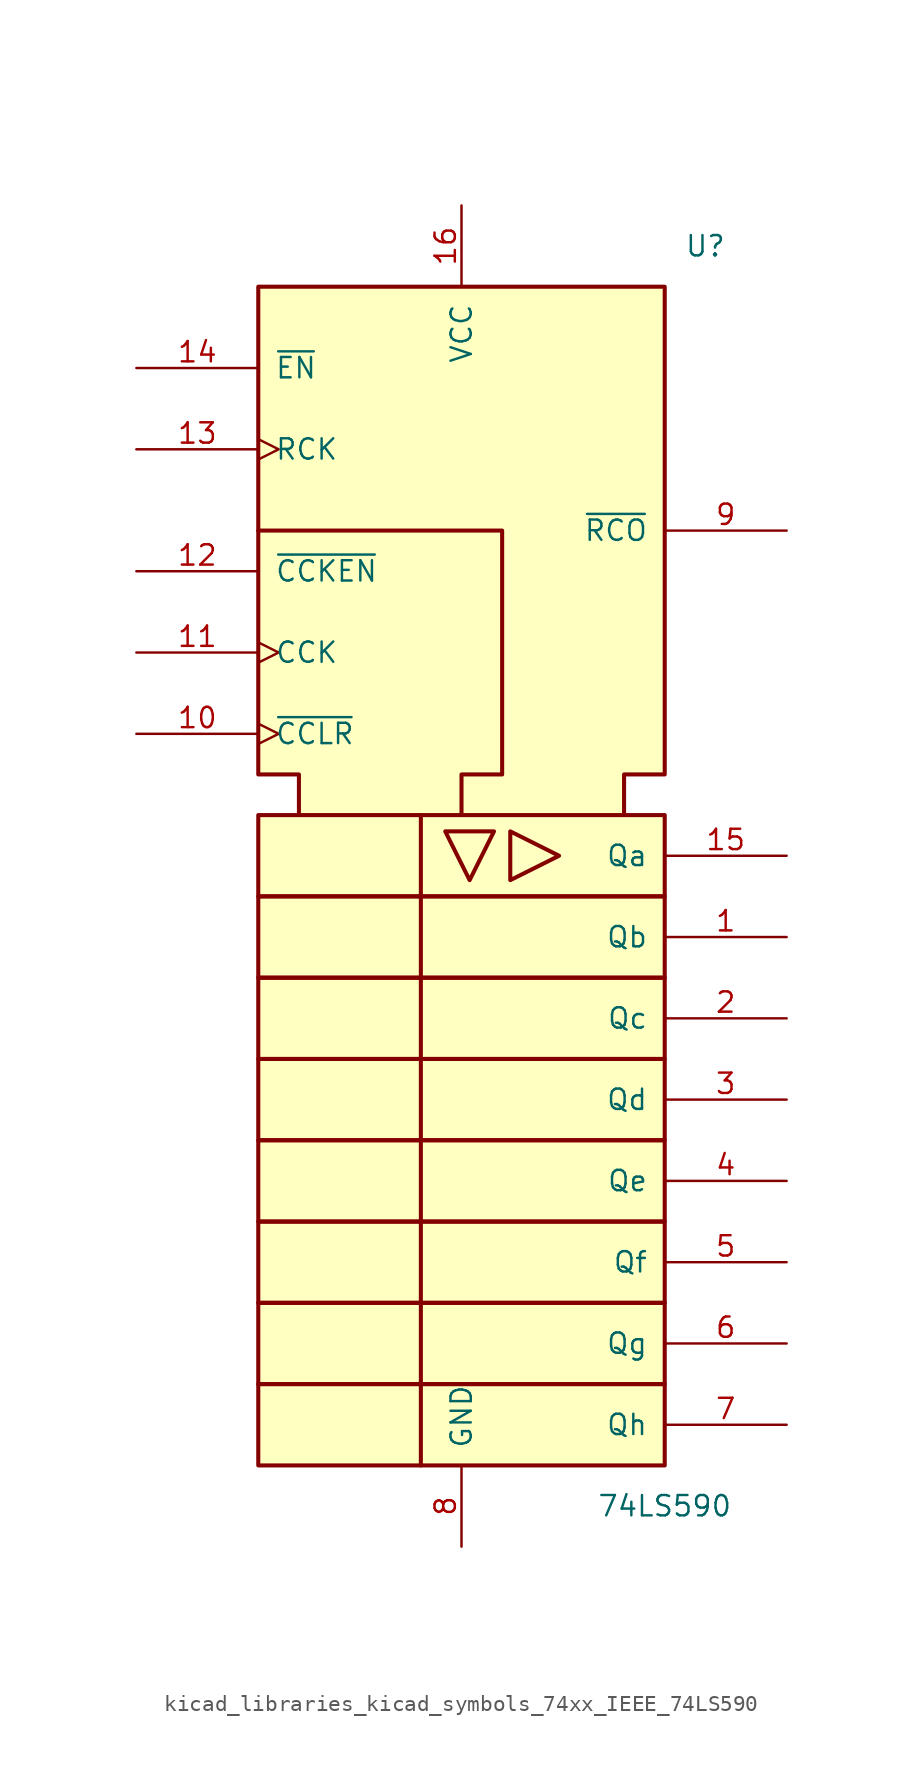
<source format=kicad_sym>
(kicad_symbol_lib
  (version 20220914)
  (generator kicad_symbol_editor)
  (symbol "kicad_libraries_kicad_symbols_74xx_IEEE_74LS590"
    (pin_names
      (offset 1.016))
    (property "Reference" "U"
      (at 15.24 40.64 0)
      (effects (font (size 1.27 1.27))))
    (property "Value" "74LS590"
      (at 12.7 -38.1 0)
      (effects (font (size 1.27 1.27))))
    (symbol "kicad_libraries_kicad_symbols_74xx_IEEE_74LS590_0_0"
      (rectangle (start -12.7 -30.48) (end 12.7 -35.56) (stroke (width 0.254) (type default)) (fill (type background)))
      (rectangle (start -12.7 -25.4) (end 12.7 -30.48) (stroke (width 0.254) (type default)) (fill (type background)))
      (rectangle (start -12.7 -20.32) (end 12.7 -25.4) (stroke (width 0.254) (type default)) (fill (type background)))
      (rectangle (start -12.7 -15.24) (end 12.7 -20.32) (stroke (width 0.254) (type default)) (fill (type background)))
      (rectangle (start -12.7 -10.16) (end 12.7 -15.24) (stroke (width 0.254) (type default)) (fill (type background)))
      (rectangle (start -12.7 -5.08) (end 12.7 -10.16) (stroke (width 0.254) (type default)) (fill (type background)))
      (rectangle (start -12.7 0) (end 12.7 -5.08) (stroke (width 0.254) (type default)) (fill (type background)))
      (rectangle (start -12.7 5.08) (end 12.7 0) (stroke (width 0.254) (type default)) (fill (type background)))
      (polyline (pts (xy -2.54 5.08) (xy -2.54 -35.56) (xy -2.54 -35.56)) (stroke (width 0.254) (type default)) (fill (type background)))
      (polyline (pts (xy -1.016 4.064) (xy 2.032 4.064) (xy 0.508 1.016) (xy -1.016 4.064) (xy -1.016 4.064)) (stroke (width 0.254) (type default)) (fill (type background)))
      (polyline (pts (xy 3.048 4.064) (xy 6.096 2.54) (xy 3.048 1.016) (xy 3.048 4.064) (xy 3.048 4.064)) (stroke (width 0.254) (type default)) (fill (type background)))
      (polyline (pts (xy -12.7 22.86) (xy 2.54 22.86) (xy 2.54 7.62) (xy 0 7.62) (xy 0 5.08) (xy 0 5.08)) (stroke (width 0.254) (type default)) (fill (type background)))
      (polyline (pts (xy -10.16 5.08) (xy -10.16 7.62) (xy -12.7 7.62) (xy -12.7 38.1) (xy 12.7 38.1) (xy 12.7 7.62) (xy 10.16 7.62) (xy 10.16 5.08) (xy 10.16 5.08)) (stroke (width 0.254) (type default)) (fill (type background))))
    (symbol "kicad_libraries_kicad_symbols_74xx_IEEE_74LS590_0_1"
      (pin power_in line (at 0 43.18 270) (length 5.08) (name "VCC" (effects (font (size 1.27 1.27)))) (number "16" (effects (font (size 1.27 1.27)))))
      (pin power_in line (at 0 -40.64 90) (length 5.08) (name "GND" (effects (font (size 1.27 1.27)))) (number "8" (effects (font (size 1.27 1.27))))))
    (symbol "kicad_libraries_kicad_symbols_74xx_IEEE_74LS590_1_1"
      (pin output line (at 20.32 -2.54 180) (length 7.62) (name "Qb" (effects (font (size 1.27 1.27)))) (number "1" (effects (font (size 1.27 1.27)))))
      (pin input clock (at -20.32 10.16 0) (length 7.62) (name "~{CCLR}" (effects (font (size 1.27 1.27)))) (number "10" (effects (font (size 1.27 1.27)))))
      (pin input clock (at -20.32 15.24 0) (length 7.62) (name "CCK" (effects (font (size 1.27 1.27)))) (number "11" (effects (font (size 1.27 1.27)))))
      (pin input line (at -20.32 20.32 0) (length 7.62) (name "~{CCKEN}" (effects (font (size 1.27 1.27)))) (number "12" (effects (font (size 1.27 1.27)))))
      (pin input clock (at -20.32 27.94 0) (length 7.62) (name "RCK" (effects (font (size 1.27 1.27)))) (number "13" (effects (font (size 1.27 1.27)))))
      (pin input line (at -20.32 33.02 0) (length 7.62) (name "~{EN}" (effects (font (size 1.27 1.27)))) (number "14" (effects (font (size 1.27 1.27)))))
      (pin output line (at 20.32 2.54 180) (length 7.62) (name "Qa" (effects (font (size 1.27 1.27)))) (number "15" (effects (font (size 1.27 1.27)))))
      (pin output line (at 20.32 -7.62 180) (length 7.62) (name "Qc" (effects (font (size 1.27 1.27)))) (number "2" (effects (font (size 1.27 1.27)))))
      (pin output line (at 20.32 -12.7 180) (length 7.62) (name "Qd" (effects (font (size 1.27 1.27)))) (number "3" (effects (font (size 1.27 1.27)))))
      (pin output line (at 20.32 -17.78 180) (length 7.62) (name "Qe" (effects (font (size 1.27 1.27)))) (number "4" (effects (font (size 1.27 1.27)))))
      (pin output line (at 20.32 -22.86 180) (length 7.62) (name "Qf" (effects (font (size 1.27 1.27)))) (number "5" (effects (font (size 1.27 1.27)))))
      (pin output line (at 20.32 -27.94 180) (length 7.62) (name "Qg" (effects (font (size 1.27 1.27)))) (number "6" (effects (font (size 1.27 1.27)))))
      (pin output line (at 20.32 -33.02 180) (length 7.62) (name "Qh" (effects (font (size 1.27 1.27)))) (number "7" (effects (font (size 1.27 1.27)))))
      (pin output line (at 20.32 22.86 180) (length 7.62) (name "~{RCO}" (effects (font (size 1.27 1.27)))) (number "9" (effects (font (size 1.27 1.27))))))))
</source>
